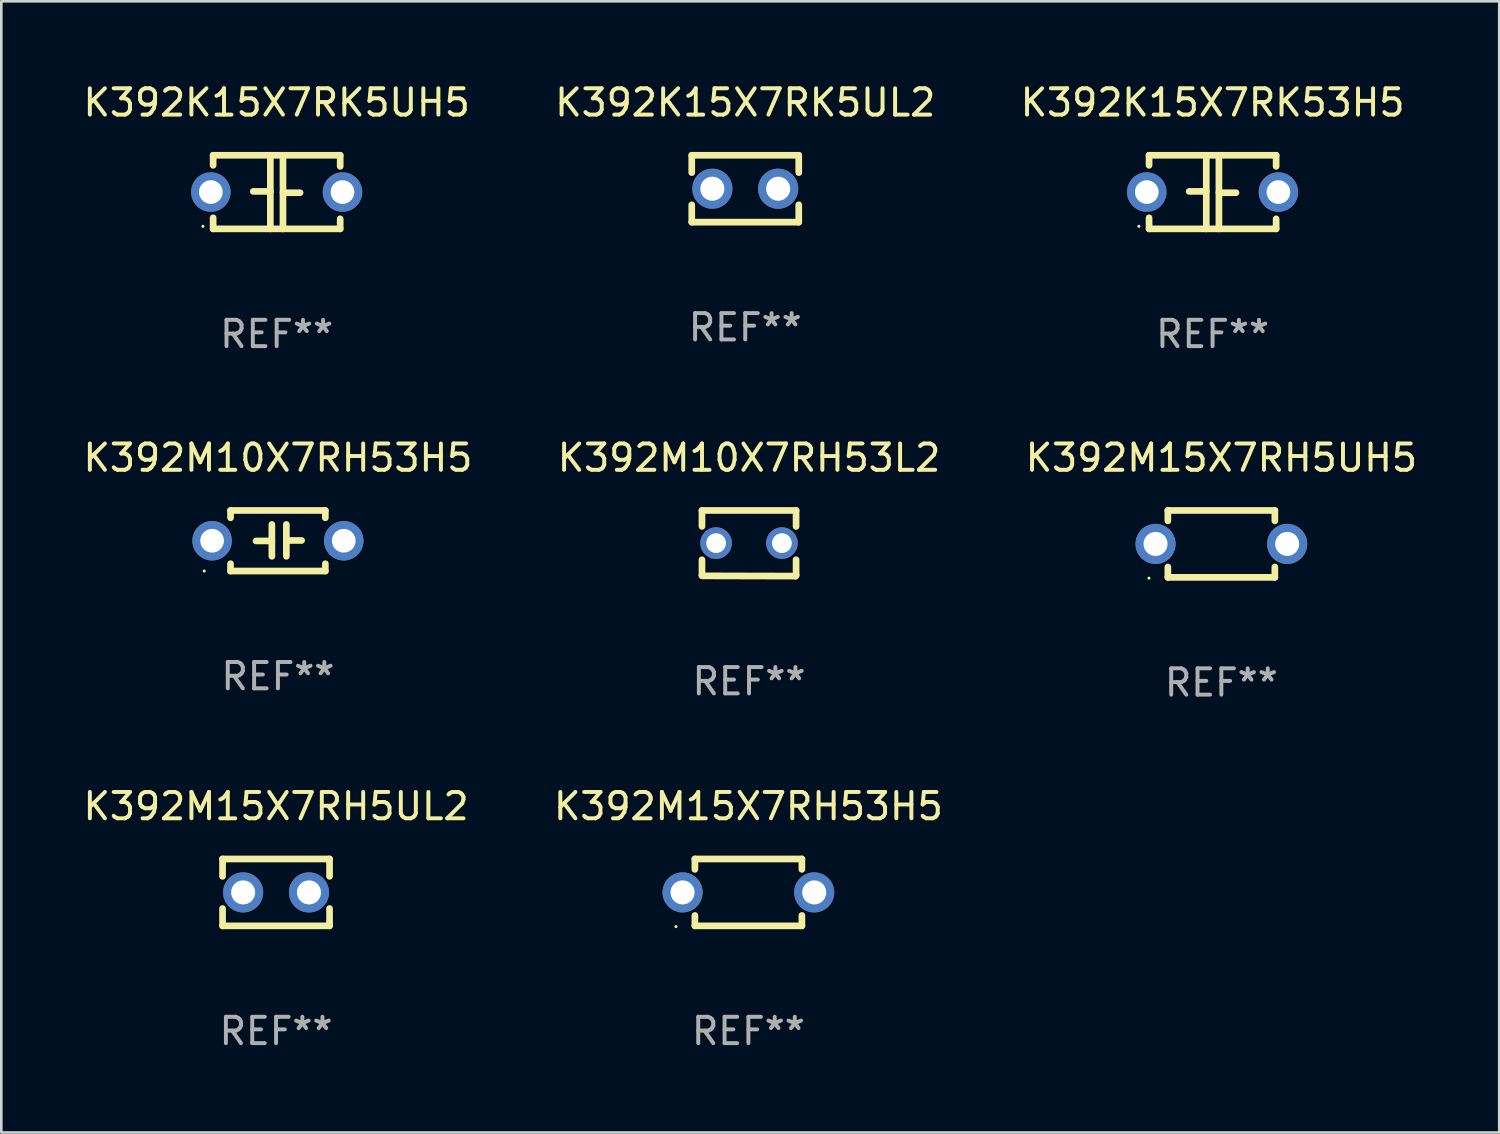
<source format=kicad_pcb>
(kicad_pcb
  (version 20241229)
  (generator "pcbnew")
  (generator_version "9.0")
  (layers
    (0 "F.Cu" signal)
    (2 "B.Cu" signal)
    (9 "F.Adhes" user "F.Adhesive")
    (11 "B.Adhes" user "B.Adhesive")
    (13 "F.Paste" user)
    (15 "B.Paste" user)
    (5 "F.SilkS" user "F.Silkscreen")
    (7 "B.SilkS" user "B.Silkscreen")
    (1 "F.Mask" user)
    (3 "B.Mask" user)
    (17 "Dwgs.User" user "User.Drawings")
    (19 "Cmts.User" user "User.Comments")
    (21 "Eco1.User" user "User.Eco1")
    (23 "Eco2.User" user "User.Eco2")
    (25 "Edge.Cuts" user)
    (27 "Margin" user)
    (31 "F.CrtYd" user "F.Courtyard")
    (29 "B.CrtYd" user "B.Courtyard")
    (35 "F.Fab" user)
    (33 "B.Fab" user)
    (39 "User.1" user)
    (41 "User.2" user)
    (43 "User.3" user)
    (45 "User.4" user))
  (footprint "K392M10X7RH53L2"
    (layer "F.Cu")
    (at 25.399 17.585)
    (property "Reference" "K392M10X7RH53L2" (at 0 -3.246 0) (layer "F.SilkS") (effects (font (size 1 1) (thickness 0.15))))
    (attr through_hole)
    (fp_line (start -1.787 -1.246) (end -1.787 -0.642) (stroke (width 0.254) (type solid)) (layer "F.SilkS"))
    (fp_line (start -1.787 0.627) (end -1.787 1.228) (stroke (width 0.254) (type solid)) (layer "F.SilkS"))
    (fp_line (start -1.787 1.228) (end -1.75 1.237) (stroke (width 0.254) (type solid)) (layer "F.SilkS"))
    (fp_line (start -1.75 1.237) (end 1.759 1.246) (stroke (width 0.254) (type solid)) (layer "F.SilkS"))
    (fp_line (start 1.759 1.246) (end 1.787 1.218) (stroke (width 0.254) (type solid)) (layer "F.SilkS"))
    (fp_line (start 1.787 -1.246) (end -1.787 -1.246) (stroke (width 0.254) (type solid)) (layer "F.SilkS"))
    (fp_line (start 1.787 -0.639) (end 1.787 -1.246) (stroke (width 0.254) (type solid)) (layer "F.SilkS"))
    (fp_line (start 1.787 1.237) (end 1.787 0.625) (stroke (width 0.254) (type solid)) (layer "F.SilkS"))
    (fp_circle (center -1.801 1.243) (end -1.771 1.243) (stroke (width 0.06) (type solid)) (fill no) (layer "F.SilkS"))
    (fp_text user "REF**" (at 0 5.246 0) (layer "F.Fab") (effects (font (size 1 1) (thickness 0.15))))
    (pad "1" thru_hole circle (at -1.251 -0.007) (size 1.2 1.2) (drill 0.75) (layers "*.Cu" "*.Mask"))
    (pad "2" thru_hole circle (at 1.249 -0.007) (size 1.2 1.2) (drill 0.75) (layers "*.Cu" "*.Mask")))
  (footprint "K392M15X7RH5UH5"
    (layer "F.Cu")
    (at 43.339 17.609)
    (property "Reference" "K392M15X7RH5UH5" (at 0 -3.27 0) (layer "F.SilkS") (effects (font (size 1 1) (thickness 0.15))))
    (attr through_hole)
    (fp_line (start -2.032 -1.27) (end -2.032 -0.876) (stroke (width 0.254) (type solid)) (layer "F.SilkS"))
    (fp_line (start -2.032 0.876) (end -2.032 1.27) (stroke (width 0.254) (type solid)) (layer "F.SilkS"))
    (fp_line (start -2.032 1.27) (end 2.032 1.27) (stroke (width 0.254) (type solid)) (layer "F.SilkS"))
    (fp_line (start 2.032 -1.27) (end -2.032 -1.27) (stroke (width 0.254) (type solid)) (layer "F.SilkS"))
    (fp_line (start 2.032 -0.876) (end 2.032 -1.27) (stroke (width 0.254) (type solid)) (layer "F.SilkS"))
    (fp_line (start 2.032 1.27) (end 2.032 0.876) (stroke (width 0.254) (type solid)) (layer "F.SilkS"))
    (fp_circle (center -2.751 1.3) (end -2.721 1.3) (stroke (width 0.06) (type solid)) (fill no) (layer "F.SilkS"))
    (fp_text user "REF**" (at 0 5.27 0) (layer "F.Fab") (effects (font (size 1 1) (thickness 0.15))))
    (pad "1" thru_hole circle (at -2.5 0) (size 1.524 1.524) (drill 0.914) (layers "*.Cu" "*.Mask"))
    (pad "2" thru_hole circle (at 2.5 0) (size 1.524 1.524) (drill 0.914) (layers "*.Cu" "*.Mask")))
  (footprint "K392K15X7RK5UL2"
    (layer "F.Cu")
    (at 25.256 4.118)
    (property "Reference" "K392K15X7RK5UL2" (at 0 -3.27 0) (layer "F.SilkS") (effects (font (size 1 1) (thickness 0.15))))
    (attr through_hole)
    (fp_line (start -2.032 -1.27) (end -2.032 -0.611) (stroke (width 0.254) (type solid)) (layer "F.SilkS"))
    (fp_line (start -2.032 0.611) (end -2.032 1.27) (stroke (width 0.254) (type solid)) (layer "F.SilkS"))
    (fp_line (start -2.032 1.27) (end 2.032 1.27) (stroke (width 0.254) (type solid)) (layer "F.SilkS"))
    (fp_line (start 2.032 -1.27) (end -2.032 -1.27) (stroke (width 0.254) (type solid)) (layer "F.SilkS"))
    (fp_line (start 2.032 -0.611) (end 2.032 -1.27) (stroke (width 0.254) (type solid)) (layer "F.SilkS"))
    (fp_line (start 2.032 1.27) (end 2.032 0.611) (stroke (width 0.254) (type solid)) (layer "F.SilkS"))
    (fp_circle (center -2 1.3) (end -1.97 1.3) (stroke (width 0.06) (type solid)) (fill no) (layer "F.SilkS"))
    (fp_text user "REF**" (at 0 5.27 0) (layer "F.Fab") (effects (font (size 1 1) (thickness 0.15))))
    (pad "1" thru_hole circle (at -1.25 0) (size 1.524 1.524) (drill 0.914) (layers "*.Cu" "*.Mask"))
    (pad "2" thru_hole circle (at 1.25 0) (size 1.524 1.524) (drill 0.914) (layers "*.Cu" "*.Mask")))
  (footprint "K392M15X7RH53H5"
    (layer "F.Cu")
    (at 25.375 30.845)
    (property "Reference" "K392M15X7RH53H5" (at 0 -3.27 0) (layer "F.SilkS") (effects (font (size 1 1) (thickness 0.15))))
    (attr through_hole)
    (fp_line (start -2.032 -1.27) (end -2.032 -0.876) (stroke (width 0.254) (type solid)) (layer "F.SilkS"))
    (fp_line (start -2.032 0.876) (end -2.032 1.27) (stroke (width 0.254) (type solid)) (layer "F.SilkS"))
    (fp_line (start -2.032 1.27) (end 2.032 1.27) (stroke (width 0.254) (type solid)) (layer "F.SilkS"))
    (fp_line (start 2.032 -1.27) (end -2.032 -1.27) (stroke (width 0.254) (type solid)) (layer "F.SilkS"))
    (fp_line (start 2.032 -0.876) (end 2.032 -1.27) (stroke (width 0.254) (type solid)) (layer "F.SilkS"))
    (fp_line (start 2.032 1.27) (end 2.032 0.876) (stroke (width 0.254) (type solid)) (layer "F.SilkS"))
    (fp_circle (center -2.751 1.3) (end -2.721 1.3) (stroke (width 0.06) (type solid)) (fill no) (layer "F.SilkS"))
    (fp_text user "REF**" (at 0 5.27 0) (layer "F.Fab") (effects (font (size 1 1) (thickness 0.15))))
    (pad "1" thru_hole circle (at -2.5 0) (size 1.524 1.524) (drill 0.914) (layers "*.Cu" "*.Mask"))
    (pad "2" thru_hole circle (at 2.5 0) (size 1.524 1.524) (drill 0.914) (layers "*.Cu" "*.Mask")))
  (footprint "K392M10X7RH53H5"
    (layer "F.Cu")
    (at 7.506 17.489)
    (property "Reference" "K392M10X7RH53H5" (at 0 -3.15 0) (layer "F.SilkS") (effects (font (size 1 1) (thickness 0.15))))
    (attr through_hole)
    (fp_line (start -1.8 -1.15) (end -1.8 -0.872) (stroke (width 0.254) (type solid)) (layer "F.SilkS"))
    (fp_line (start -1.8 -1.15) (end 1.8 -1.15) (stroke (width 0.254) (type solid)) (layer "F.SilkS"))
    (fp_line (start -1.8 0.872) (end -1.8 1.15) (stroke (width 0.254) (type solid)) (layer "F.SilkS"))
    (fp_line (start -1.8 1.15) (end 1.8 1.15) (stroke (width 0.254) (type solid)) (layer "F.SilkS"))
    (fp_line (start -0.23 -0.62) (end -0.23 0.59) (stroke (width 0.254) (type solid)) (layer "F.SilkS"))
    (fp_line (start -0.23 0.007) (end -0.83 0.007) (stroke (width 0.254) (type solid)) (layer "F.SilkS"))
    (fp_line (start 0.32 -0.62) (end 0.32 0.59) (stroke (width 0.254) (type solid)) (layer "F.SilkS"))
    (fp_line (start 0.32 -0.012) (end 0.9 -0.012) (stroke (width 0.254) (type solid)) (layer "F.SilkS"))
    (fp_line (start 1.8 -1.15) (end 1.8 -0.872) (stroke (width 0.254) (type solid)) (layer "F.SilkS"))
    (fp_line (start 1.8 0.872) (end 1.8 1.15) (stroke (width 0.254) (type solid)) (layer "F.SilkS"))
    (fp_circle (center -2.8 1.15) (end -2.77 1.15) (stroke (width 0.06) (type solid)) (fill no) (layer "F.SilkS"))
    (fp_text user "REF**" (at 0 5.15 0) (layer "F.Fab") (effects (font (size 1 1) (thickness 0.15))))
    (pad "1" thru_hole circle (at -2.5 0) (size 1.5 1.5) (drill 0.9) (layers "*.Cu" "*.Mask"))
    (pad "2" thru_hole circle (at 2.5 0) (size 1.5 1.5) (drill 0.9) (layers "*.Cu" "*.Mask")))
  (footprint "K392K15X7RK5UH5"
    (layer "F.Cu")
    (at 7.458 4.245)
    (property "Reference" "K392K15X7RK5UH5" (at 0 -3.397 0) (layer "F.SilkS") (effects (font (size 1 1) (thickness 0.15))))
    (attr through_hole)
    (fp_line (start -2.413 -1.397) (end 2.413 -1.397) (stroke (width 0.254) (type solid)) (layer "F.SilkS"))
    (fp_line (start -2.413 -1.016) (end -2.413 -1.397) (stroke (width 0.254) (type solid)) (layer "F.SilkS"))
    (fp_line (start -2.413 0.977) (end -2.413 1.397) (stroke (width 0.254) (type solid)) (layer "F.SilkS"))
    (fp_line (start -0.24 -0.025) (end -0.889 -0.025) (stroke (width 0.254) (type solid)) (layer "F.SilkS"))
    (fp_line (start -0.24 1.397) (end -0.24 -1.397) (stroke (width 0.254) (type solid)) (layer "F.SilkS"))
    (fp_line (start 0.24 -1.397) (end 0.24 1.397) (stroke (width 0.254) (type solid)) (layer "F.SilkS"))
    (fp_line (start 0.24 0.025) (end 0.889 0.025) (stroke (width 0.254) (type solid)) (layer "F.SilkS"))
    (fp_line (start 2.413 -0.977) (end 2.413 -1.397) (stroke (width 0.254) (type solid)) (layer "F.SilkS"))
    (fp_line (start 2.413 1.016) (end 2.413 1.397) (stroke (width 0.254) (type solid)) (layer "F.SilkS"))
    (fp_line (start 2.413 1.397) (end -2.413 1.397) (stroke (width 0.254) (type solid)) (layer "F.SilkS"))
    (fp_circle (center -2.8 1.3) (end -2.77 1.3) (stroke (width 0.06) (type solid)) (fill no) (layer "F.SilkS"))
    (fp_text user "REF**" (at 0 5.397 0) (layer "F.Fab") (effects (font (size 1 1) (thickness 0.15))))
    (pad "1" thru_hole circle (at -2.5 0) (size 1.5 1.5) (drill 0.9) (layers "*.Cu" "*.Mask"))
    (pad "2" thru_hole circle (at 2.5 0) (size 1.5 1.5) (drill 0.9) (layers "*.Cu" "*.Mask")))
  (footprint "K392M15X7RH5UL2"
    (layer "F.Cu")
    (at 7.435 30.845)
    (property "Reference" "K392M15X7RH5UL2" (at 0 -3.27 0) (layer "F.SilkS") (effects (font (size 1 1) (thickness 0.15))))
    (attr through_hole)
    (fp_line (start -2.032 -1.27) (end -2.032 -0.611) (stroke (width 0.254) (type solid)) (layer "F.SilkS"))
    (fp_line (start -2.032 0.611) (end -2.032 1.27) (stroke (width 0.254) (type solid)) (layer "F.SilkS"))
    (fp_line (start -2.032 1.27) (end 2.032 1.27) (stroke (width 0.254) (type solid)) (layer "F.SilkS"))
    (fp_line (start 2.032 -1.27) (end -2.032 -1.27) (stroke (width 0.254) (type solid)) (layer "F.SilkS"))
    (fp_line (start 2.032 -0.611) (end 2.032 -1.27) (stroke (width 0.254) (type solid)) (layer "F.SilkS"))
    (fp_line (start 2.032 1.27) (end 2.032 0.611) (stroke (width 0.254) (type solid)) (layer "F.SilkS"))
    (fp_circle (center -2 1.3) (end -1.97 1.3) (stroke (width 0.06) (type solid)) (fill no) (layer "F.SilkS"))
    (fp_text user "REF**" (at 0 5.27 0) (layer "F.Fab") (effects (font (size 1 1) (thickness 0.15))))
    (pad "1" thru_hole circle (at -1.25 0) (size 1.524 1.524) (drill 0.914) (layers "*.Cu" "*.Mask"))
    (pad "2" thru_hole circle (at 1.25 0) (size 1.524 1.524) (drill 0.914) (layers "*.Cu" "*.Mask")))
  (footprint "K392K15X7RK53H5"
    (layer "F.Cu")
    (at 43.006 4.245)
    (property "Reference" "K392K15X7RK53H5" (at 0 -3.397 0) (layer "F.SilkS") (effects (font (size 1 1) (thickness 0.15))))
    (attr through_hole)
    (fp_line (start -2.413 -1.397) (end 2.413 -1.397) (stroke (width 0.254) (type solid)) (layer "F.SilkS"))
    (fp_line (start -2.413 -1.016) (end -2.413 -1.397) (stroke (width 0.254) (type solid)) (layer "F.SilkS"))
    (fp_line (start -2.413 0.977) (end -2.413 1.397) (stroke (width 0.254) (type solid)) (layer "F.SilkS"))
    (fp_line (start -0.24 -0.025) (end -0.889 -0.025) (stroke (width 0.254) (type solid)) (layer "F.SilkS"))
    (fp_line (start -0.24 1.397) (end -0.24 -1.397) (stroke (width 0.254) (type solid)) (layer "F.SilkS"))
    (fp_line (start 0.24 -1.397) (end 0.24 1.397) (stroke (width 0.254) (type solid)) (layer "F.SilkS"))
    (fp_line (start 0.24 0.025) (end 0.889 0.025) (stroke (width 0.254) (type solid)) (layer "F.SilkS"))
    (fp_line (start 2.413 -0.977) (end 2.413 -1.397) (stroke (width 0.254) (type solid)) (layer "F.SilkS"))
    (fp_line (start 2.413 1.016) (end 2.413 1.397) (stroke (width 0.254) (type solid)) (layer "F.SilkS"))
    (fp_line (start 2.413 1.397) (end -2.413 1.397) (stroke (width 0.254) (type solid)) (layer "F.SilkS"))
    (fp_circle (center -2.8 1.3) (end -2.77 1.3) (stroke (width 0.06) (type solid)) (fill no) (layer "F.SilkS"))
    (fp_text user "REF**" (at 0 5.397 0) (layer "F.Fab") (effects (font (size 1 1) (thickness 0.15))))
    (pad "1" thru_hole circle (at -2.5 0) (size 1.5 1.5) (drill 0.9) (layers "*.Cu" "*.Mask"))
    (pad "2" thru_hole circle (at 2.5 0) (size 1.5 1.5) (drill 0.9) (layers "*.Cu" "*.Mask")))
  (gr_rect
    (start -3 -3)
    (end 53.893 39.964)
    (stroke (width 0.1) (type default))
    (fill no)
    (layer "Edge.Cuts")))
</source>
